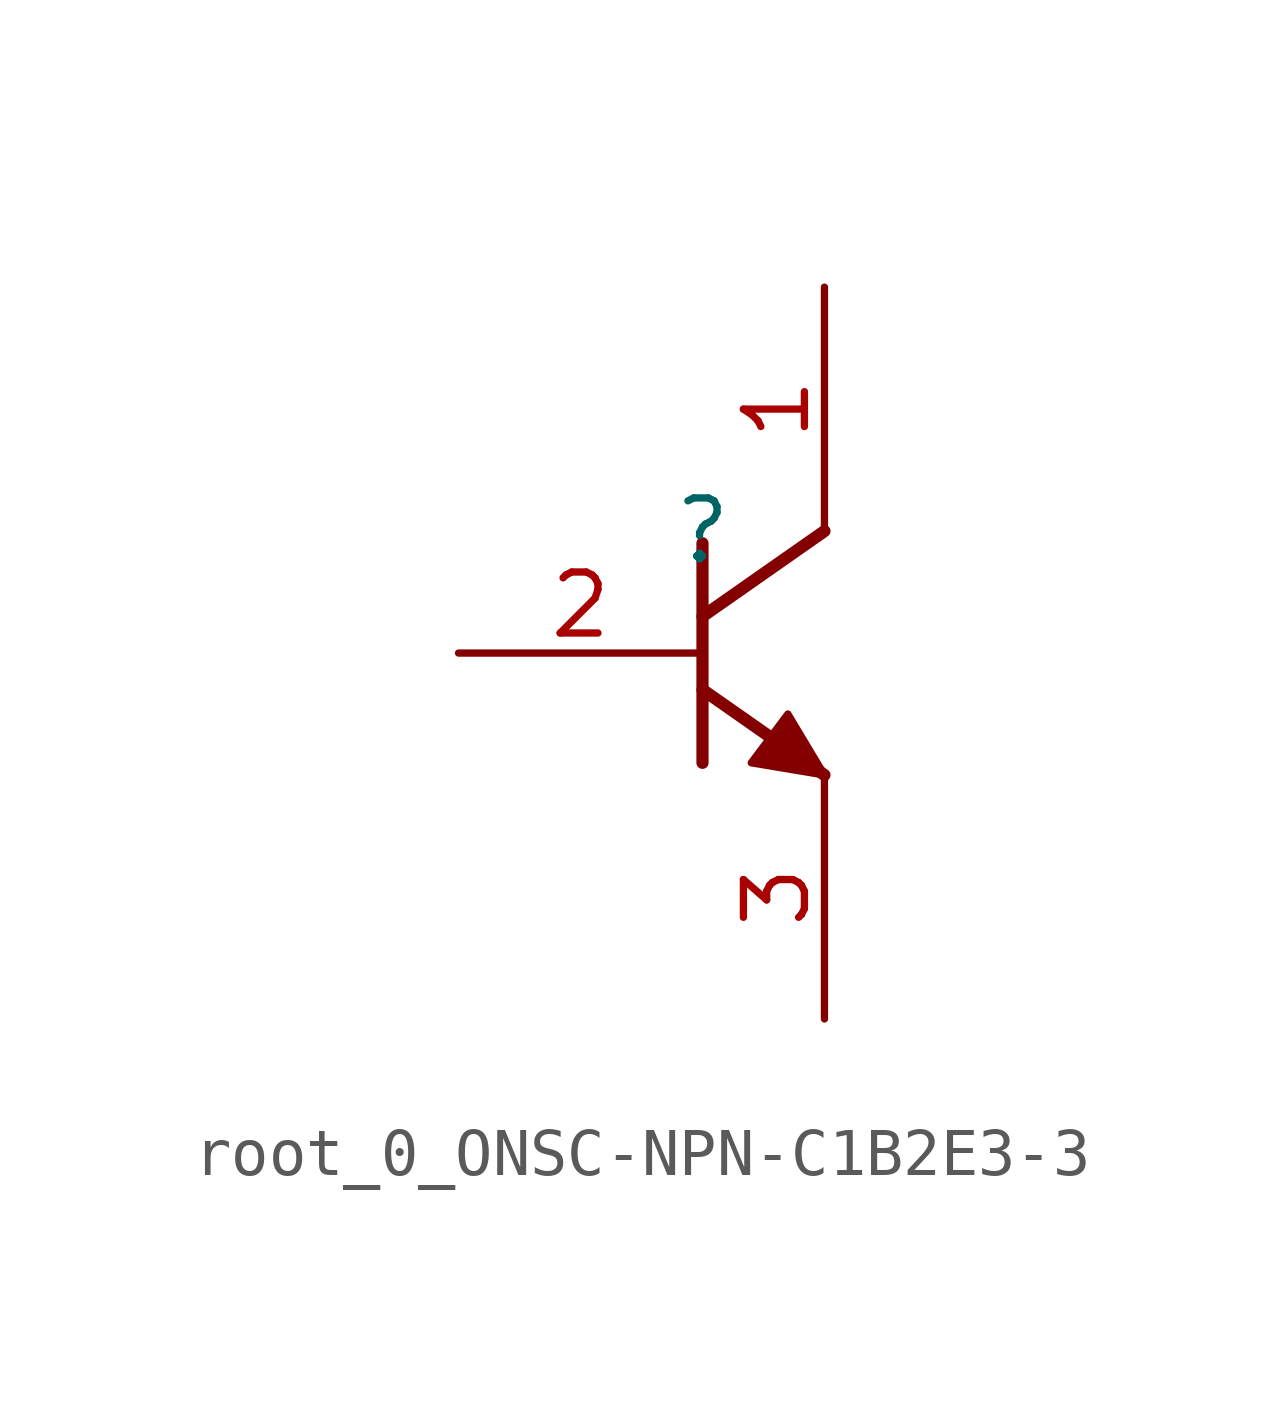
<source format=kicad_sym>
(kicad_symbol_lib
  (version 20220914)
  (generator kicad_symbol_editor)
  (symbol "root_0_ONSC-NPN-C1B2E3-3"
    (property "Reference" ""
      (at 0 0 0)
      (effects (font (size 1.27 1.27))))
    (property "Value" ""
      (at 0 0 0)
      (effects (font (size 1.27 1.27))))
    (symbol "root_0_ONSC-NPN-C1B2E3-3_1_0"
      (polyline (pts (xy 0 -3.302) (xy 2.54 -5.08)) (stroke (width 0.254) (type solid)) (fill (type none)))
      (polyline (pts (xy 0 -0.254) (xy 0 -4.826)) (stroke (width 0.254) (type solid)) (fill (type none)))
      (polyline (pts (xy 2.54 0) (xy 0 -1.778)) (stroke (width 0.254) (type solid)) (fill (type none)))
      (polyline (pts (xy 2.54 -5.08) (xy 1.778 -3.81) (xy 1.016 -4.826) (xy 2.54 -5.08)) (stroke (width 0) (type solid)) (fill (type outline)))
      (pin passive line (at 2.54 5.08 270) (length 5.08) (name "C" (effects (font (size 0 0)))) (number "1" (effects (font (size 1.27 1.27)))))
      (pin passive line (at -5.08 -2.54 0) (length 5.08) (name "B" (effects (font (size 0 0)))) (number "2" (effects (font (size 1.27 1.27)))))
      (pin passive line (at 2.54 -10.16 90) (length 5.08) (name "E" (effects (font (size 0 0)))) (number "3" (effects (font (size 1.27 1.27))))))))
</source>
